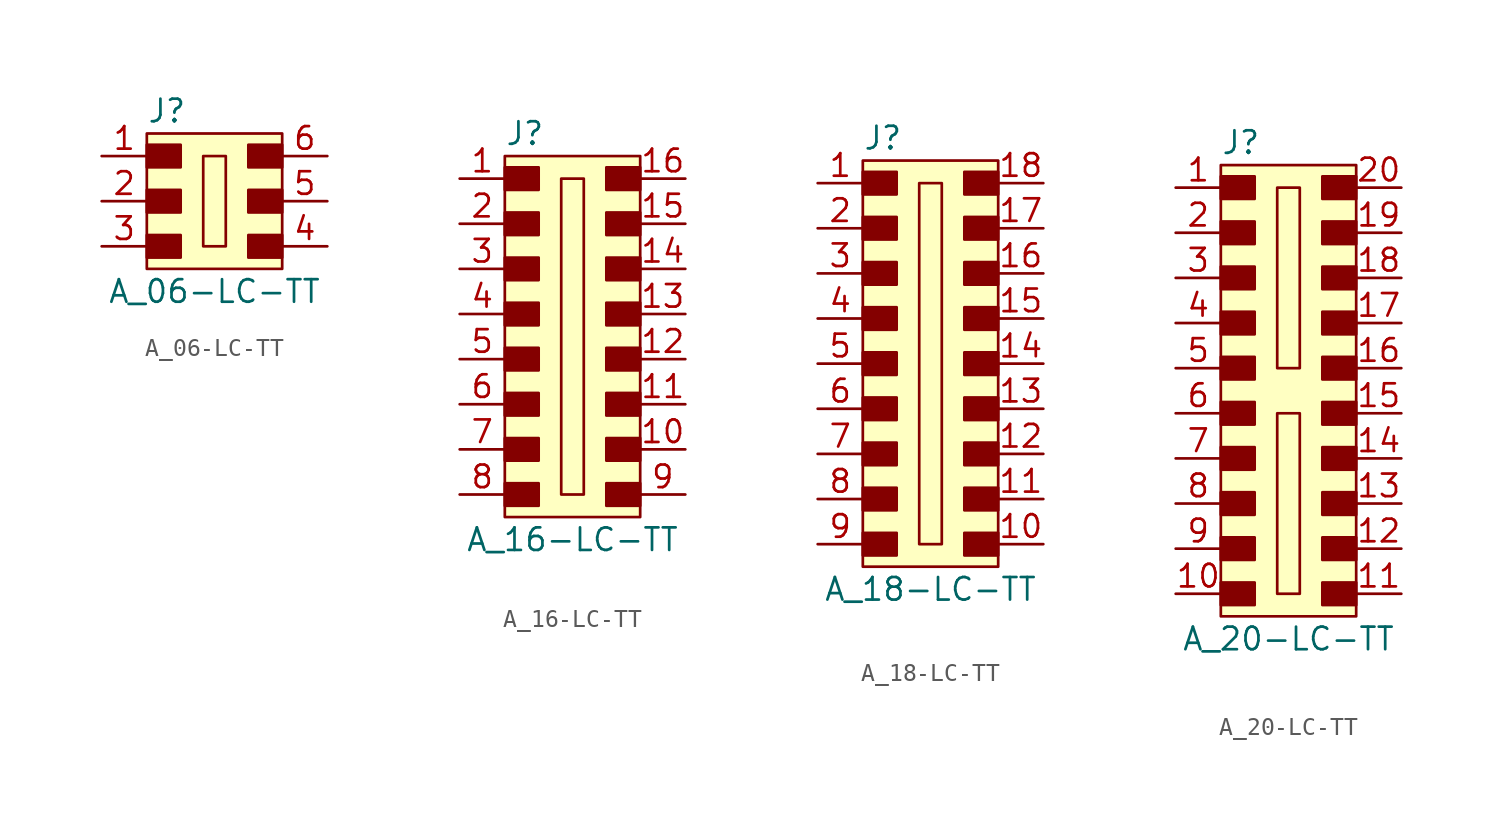
<source format=kicad_sym>
(kicad_symbol_lib
  (version 20211014)
  (generator kicad_symbol_editor)
  (symbol "A_06-LC-TT"
    (pin_names
      (offset 1.016))
    (property "Reference" "J"
      (at -3.81 5.08 0)
      (effects (font (size 1.27 1.27)) (justify left)))
    (property "Value" "A_06-LC-TT"
      (at 0 -5.08 0)
      (effects (font (size 1.27 1.27))))
    (symbol "A_06-LC-TT_1_1"
      (rectangle (start -3.81 -1.905) (end -1.905 -3.175) (stroke (width 0) (type default) (color 0 0 0 0)) (fill (type outline)))
      (rectangle (start -3.81 0.635) (end -1.905 -0.635) (stroke (width 0) (type default) (color 0 0 0 0)) (fill (type outline)))
      (rectangle (start -3.81 3.175) (end -1.905 1.905) (stroke (width 0) (type default) (color 0 0 0 0)) (fill (type outline)))
      (rectangle (start -3.81 3.81) (end 3.81 -3.81) (stroke (width 0) (type default) (color 0 0 0 0)) (fill (type background)))
      (rectangle (start -0.635 2.54) (end 0.635 -2.54) (stroke (width 0) (type default) (color 0 0 0 0)) (fill (type none)))
      (rectangle (start 1.905 -1.905) (end 3.81 -3.175) (stroke (width 0) (type default) (color 0 0 0 0)) (fill (type outline)))
      (rectangle (start 1.905 0.635) (end 3.81 -0.635) (stroke (width 0) (type default) (color 0 0 0 0)) (fill (type outline)))
      (rectangle (start 1.905 3.175) (end 3.81 1.905) (stroke (width 0) (type default) (color 0 0 0 0)) (fill (type outline)))
      (pin passive line (at -6.35 2.54 0) (length 2.54) (name "~" (effects (font (size 1.27 1.27)))) (number "1" (effects (font (size 1.27 1.27)))))
      (pin passive line (at -6.35 0 0) (length 2.54) (name "~" (effects (font (size 1.27 1.27)))) (number "2" (effects (font (size 1.27 1.27)))))
      (pin passive line (at -6.35 -2.54 0) (length 2.54) (name "~" (effects (font (size 1.27 1.27)))) (number "3" (effects (font (size 1.27 1.27)))))
      (pin passive line (at 6.35 -2.54 180) (length 2.54) (name "~" (effects (font (size 1.27 1.27)))) (number "4" (effects (font (size 1.27 1.27)))))
      (pin passive line (at 6.35 0 180) (length 2.54) (name "~" (effects (font (size 1.27 1.27)))) (number "5" (effects (font (size 1.27 1.27)))))
      (pin passive line (at 6.35 2.54 180) (length 2.54) (name "~" (effects (font (size 1.27 1.27)))) (number "6" (effects (font (size 1.27 1.27)))))))
  (symbol "A_16-LC-TT"
    (pin_names
      (offset 1.016))
    (property "Reference" "J"
      (at -3.81 11.43 0)
      (effects (font (size 1.27 1.27)) (justify left)))
    (property "Value" "A_16-LC-TT"
      (at 0 -11.43 0)
      (effects (font (size 1.27 1.27))))
    (symbol "A_16-LC-TT_1_1"
      (rectangle (start -3.81 -8.255) (end -1.905 -9.525) (stroke (width 0) (type default) (color 0 0 0 0)) (fill (type outline)))
      (rectangle (start -3.81 -5.715) (end -1.905 -6.985) (stroke (width 0) (type default) (color 0 0 0 0)) (fill (type outline)))
      (rectangle (start -3.81 -3.175) (end -1.905 -4.445) (stroke (width 0) (type default) (color 0 0 0 0)) (fill (type outline)))
      (rectangle (start -3.81 -0.635) (end -1.905 -1.905) (stroke (width 0) (type default) (color 0 0 0 0)) (fill (type outline)))
      (rectangle (start -3.81 1.905) (end -1.905 0.635) (stroke (width 0) (type default) (color 0 0 0 0)) (fill (type outline)))
      (rectangle (start -3.81 4.445) (end -1.905 3.175) (stroke (width 0) (type default) (color 0 0 0 0)) (fill (type outline)))
      (rectangle (start -3.81 6.985) (end -1.905 5.715) (stroke (width 0) (type default) (color 0 0 0 0)) (fill (type outline)))
      (rectangle (start -3.81 9.525) (end -1.905 8.255) (stroke (width 0) (type default) (color 0 0 0 0)) (fill (type outline)))
      (rectangle (start -3.81 10.16) (end 3.81 -10.16) (stroke (width 0) (type default) (color 0 0 0 0)) (fill (type background)))
      (rectangle (start -0.635 8.89) (end 0.635 -8.89) (stroke (width 0) (type default) (color 0 0 0 0)) (fill (type none)))
      (rectangle (start 1.905 -8.255) (end 3.81 -9.525) (stroke (width 0) (type default) (color 0 0 0 0)) (fill (type outline)))
      (rectangle (start 1.905 -5.715) (end 3.81 -6.985) (stroke (width 0) (type default) (color 0 0 0 0)) (fill (type outline)))
      (rectangle (start 1.905 -3.175) (end 3.81 -4.445) (stroke (width 0) (type default) (color 0 0 0 0)) (fill (type outline)))
      (rectangle (start 1.905 -0.635) (end 3.81 -1.905) (stroke (width 0) (type default) (color 0 0 0 0)) (fill (type outline)))
      (rectangle (start 1.905 1.905) (end 3.81 0.635) (stroke (width 0) (type default) (color 0 0 0 0)) (fill (type outline)))
      (rectangle (start 1.905 4.445) (end 3.81 3.175) (stroke (width 0) (type default) (color 0 0 0 0)) (fill (type outline)))
      (rectangle (start 1.905 6.985) (end 3.81 5.715) (stroke (width 0) (type default) (color 0 0 0 0)) (fill (type outline)))
      (rectangle (start 1.905 9.525) (end 3.81 8.255) (stroke (width 0) (type default) (color 0 0 0 0)) (fill (type outline)))
      (pin passive line (at -6.35 8.89 0) (length 2.54) (name "~" (effects (font (size 1.27 1.27)))) (number "1" (effects (font (size 1.27 1.27)))))
      (pin passive line (at 6.35 -6.35 180) (length 2.54) (name "~" (effects (font (size 1.27 1.27)))) (number "10" (effects (font (size 1.27 1.27)))))
      (pin passive line (at 6.35 -3.81 180) (length 2.54) (name "~" (effects (font (size 1.27 1.27)))) (number "11" (effects (font (size 1.27 1.27)))))
      (pin passive line (at 6.35 -1.27 180) (length 2.54) (name "~" (effects (font (size 1.27 1.27)))) (number "12" (effects (font (size 1.27 1.27)))))
      (pin passive line (at 6.35 1.27 180) (length 2.54) (name "~" (effects (font (size 1.27 1.27)))) (number "13" (effects (font (size 1.27 1.27)))))
      (pin passive line (at 6.35 3.81 180) (length 2.54) (name "~" (effects (font (size 1.27 1.27)))) (number "14" (effects (font (size 1.27 1.27)))))
      (pin passive line (at 6.35 6.35 180) (length 2.54) (name "~" (effects (font (size 1.27 1.27)))) (number "15" (effects (font (size 1.27 1.27)))))
      (pin passive line (at 6.35 8.89 180) (length 2.54) (name "~" (effects (font (size 1.27 1.27)))) (number "16" (effects (font (size 1.27 1.27)))))
      (pin passive line (at -6.35 6.35 0) (length 2.54) (name "~" (effects (font (size 1.27 1.27)))) (number "2" (effects (font (size 1.27 1.27)))))
      (pin passive line (at -6.35 3.81 0) (length 2.54) (name "~" (effects (font (size 1.27 1.27)))) (number "3" (effects (font (size 1.27 1.27)))))
      (pin passive line (at -6.35 1.27 0) (length 2.54) (name "~" (effects (font (size 1.27 1.27)))) (number "4" (effects (font (size 1.27 1.27)))))
      (pin passive line (at -6.35 -1.27 0) (length 2.54) (name "~" (effects (font (size 1.27 1.27)))) (number "5" (effects (font (size 1.27 1.27)))))
      (pin passive line (at -6.35 -3.81 0) (length 2.54) (name "~" (effects (font (size 1.27 1.27)))) (number "6" (effects (font (size 1.27 1.27)))))
      (pin passive line (at -6.35 -6.35 0) (length 2.54) (name "~" (effects (font (size 1.27 1.27)))) (number "7" (effects (font (size 1.27 1.27)))))
      (pin passive line (at -6.35 -8.89 0) (length 2.54) (name "~" (effects (font (size 1.27 1.27)))) (number "8" (effects (font (size 1.27 1.27)))))
      (pin passive line (at 6.35 -8.89 180) (length 2.54) (name "~" (effects (font (size 1.27 1.27)))) (number "9" (effects (font (size 1.27 1.27)))))))
  (symbol "A_18-LC-TT"
    (pin_names
      (offset 1.016))
    (property "Reference" "J"
      (at -3.81 10.16 0)
      (effects (font (size 1.27 1.27)) (justify left)))
    (property "Value" "A_18-LC-TT"
      (at 0 -15.24 0)
      (effects (font (size 1.27 1.27))))
    (symbol "A_18-LC-TT_1_1"
      (rectangle (start -3.81 -12.065) (end -1.905 -13.335) (stroke (width 0) (type default) (color 0 0 0 0)) (fill (type outline)))
      (rectangle (start -3.81 -9.525) (end -1.905 -10.795) (stroke (width 0) (type default) (color 0 0 0 0)) (fill (type outline)))
      (rectangle (start -3.81 -6.985) (end -1.905 -8.255) (stroke (width 0) (type default) (color 0 0 0 0)) (fill (type outline)))
      (rectangle (start -3.81 -4.445) (end -1.905 -5.715) (stroke (width 0) (type default) (color 0 0 0 0)) (fill (type outline)))
      (rectangle (start -3.81 -1.905) (end -1.905 -3.175) (stroke (width 0) (type default) (color 0 0 0 0)) (fill (type outline)))
      (rectangle (start -3.81 0.635) (end -1.905 -0.635) (stroke (width 0) (type default) (color 0 0 0 0)) (fill (type outline)))
      (rectangle (start -3.81 3.175) (end -1.905 1.905) (stroke (width 0) (type default) (color 0 0 0 0)) (fill (type outline)))
      (rectangle (start -3.81 5.715) (end -1.905 4.445) (stroke (width 0) (type default) (color 0 0 0 0)) (fill (type outline)))
      (rectangle (start -3.81 8.255) (end -1.905 6.985) (stroke (width 0) (type default) (color 0 0 0 0)) (fill (type outline)))
      (rectangle (start -3.81 8.89) (end 3.81 -13.97) (stroke (width 0) (type default) (color 0 0 0 0)) (fill (type background)))
      (rectangle (start -0.635 7.62) (end 0.635 -12.7) (stroke (width 0) (type default) (color 0 0 0 0)) (fill (type none)))
      (rectangle (start 1.905 -12.065) (end 3.81 -13.335) (stroke (width 0) (type default) (color 0 0 0 0)) (fill (type outline)))
      (rectangle (start 1.905 -9.525) (end 3.81 -10.795) (stroke (width 0) (type default) (color 0 0 0 0)) (fill (type outline)))
      (rectangle (start 1.905 -6.985) (end 3.81 -8.255) (stroke (width 0) (type default) (color 0 0 0 0)) (fill (type outline)))
      (rectangle (start 1.905 -4.445) (end 3.81 -5.715) (stroke (width 0) (type default) (color 0 0 0 0)) (fill (type outline)))
      (rectangle (start 1.905 -1.905) (end 3.81 -3.175) (stroke (width 0) (type default) (color 0 0 0 0)) (fill (type outline)))
      (rectangle (start 1.905 0.635) (end 3.81 -0.635) (stroke (width 0) (type default) (color 0 0 0 0)) (fill (type outline)))
      (rectangle (start 1.905 3.175) (end 3.81 1.905) (stroke (width 0) (type default) (color 0 0 0 0)) (fill (type outline)))
      (rectangle (start 1.905 5.715) (end 3.81 4.445) (stroke (width 0) (type default) (color 0 0 0 0)) (fill (type outline)))
      (rectangle (start 1.905 8.255) (end 3.81 6.985) (stroke (width 0) (type default) (color 0 0 0 0)) (fill (type outline)))
      (pin passive line (at -6.35 7.62 0) (length 2.54) (name "~" (effects (font (size 1.27 1.27)))) (number "1" (effects (font (size 1.27 1.27)))))
      (pin passive line (at 6.35 -12.7 180) (length 2.54) (name "~" (effects (font (size 1.27 1.27)))) (number "10" (effects (font (size 1.27 1.27)))))
      (pin passive line (at 6.35 -10.16 180) (length 2.54) (name "~" (effects (font (size 1.27 1.27)))) (number "11" (effects (font (size 1.27 1.27)))))
      (pin passive line (at 6.35 -7.62 180) (length 2.54) (name "~" (effects (font (size 1.27 1.27)))) (number "12" (effects (font (size 1.27 1.27)))))
      (pin passive line (at 6.35 -5.08 180) (length 2.54) (name "~" (effects (font (size 1.27 1.27)))) (number "13" (effects (font (size 1.27 1.27)))))
      (pin passive line (at 6.35 -2.54 180) (length 2.54) (name "~" (effects (font (size 1.27 1.27)))) (number "14" (effects (font (size 1.27 1.27)))))
      (pin passive line (at 6.35 0 180) (length 2.54) (name "~" (effects (font (size 1.27 1.27)))) (number "15" (effects (font (size 1.27 1.27)))))
      (pin passive line (at 6.35 2.54 180) (length 2.54) (name "~" (effects (font (size 1.27 1.27)))) (number "16" (effects (font (size 1.27 1.27)))))
      (pin passive line (at 6.35 5.08 180) (length 2.54) (name "~" (effects (font (size 1.27 1.27)))) (number "17" (effects (font (size 1.27 1.27)))))
      (pin passive line (at 6.35 7.62 180) (length 2.54) (name "~" (effects (font (size 1.27 1.27)))) (number "18" (effects (font (size 1.27 1.27)))))
      (pin passive line (at -6.35 5.08 0) (length 2.54) (name "~" (effects (font (size 1.27 1.27)))) (number "2" (effects (font (size 1.27 1.27)))))
      (pin passive line (at -6.35 2.54 0) (length 2.54) (name "~" (effects (font (size 1.27 1.27)))) (number "3" (effects (font (size 1.27 1.27)))))
      (pin passive line (at -6.35 0 0) (length 2.54) (name "~" (effects (font (size 1.27 1.27)))) (number "4" (effects (font (size 1.27 1.27)))))
      (pin passive line (at -6.35 -2.54 0) (length 2.54) (name "~" (effects (font (size 1.27 1.27)))) (number "5" (effects (font (size 1.27 1.27)))))
      (pin passive line (at -6.35 -5.08 0) (length 2.54) (name "~" (effects (font (size 1.27 1.27)))) (number "6" (effects (font (size 1.27 1.27)))))
      (pin passive line (at -6.35 -7.62 0) (length 2.54) (name "~" (effects (font (size 1.27 1.27)))) (number "7" (effects (font (size 1.27 1.27)))))
      (pin passive line (at -6.35 -10.16 0) (length 2.54) (name "~" (effects (font (size 1.27 1.27)))) (number "8" (effects (font (size 1.27 1.27)))))
      (pin passive line (at -6.35 -12.7 0) (length 2.54) (name "~" (effects (font (size 1.27 1.27)))) (number "9" (effects (font (size 1.27 1.27)))))))
  (symbol "A_20-LC-TT"
    (pin_names
      (offset 1.016))
    (property "Reference" "J"
      (at -3.81 13.97 0)
      (effects (font (size 1.27 1.27)) (justify left)))
    (property "Value" "A_20-LC-TT"
      (at 0 -13.97 0)
      (effects (font (size 1.27 1.27))))
    (symbol "A_20-LC-TT_1_1"
      (rectangle (start -3.81 -10.795) (end -1.905 -12.065) (stroke (width 0) (type default) (color 0 0 0 0)) (fill (type outline)))
      (rectangle (start -3.81 -8.255) (end -1.905 -9.525) (stroke (width 0) (type default) (color 0 0 0 0)) (fill (type outline)))
      (rectangle (start -3.81 -5.715) (end -1.905 -6.985) (stroke (width 0) (type default) (color 0 0 0 0)) (fill (type outline)))
      (rectangle (start -3.81 -3.175) (end -1.905 -4.445) (stroke (width 0) (type default) (color 0 0 0 0)) (fill (type outline)))
      (rectangle (start -3.81 -0.635) (end -1.905 -1.905) (stroke (width 0) (type default) (color 0 0 0 0)) (fill (type outline)))
      (rectangle (start -3.81 1.905) (end -1.905 0.635) (stroke (width 0) (type default) (color 0 0 0 0)) (fill (type outline)))
      (rectangle (start -3.81 4.445) (end -1.905 3.175) (stroke (width 0) (type default) (color 0 0 0 0)) (fill (type outline)))
      (rectangle (start -3.81 6.985) (end -1.905 5.715) (stroke (width 0) (type default) (color 0 0 0 0)) (fill (type outline)))
      (rectangle (start -3.81 9.525) (end -1.905 8.255) (stroke (width 0) (type default) (color 0 0 0 0)) (fill (type outline)))
      (rectangle (start -3.81 12.065) (end -1.905 10.795) (stroke (width 0) (type default) (color 0 0 0 0)) (fill (type outline)))
      (rectangle (start -3.81 12.7) (end 3.81 -12.7) (stroke (width 0) (type default) (color 0 0 0 0)) (fill (type background)))
      (rectangle (start -0.635 -1.27) (end 0.635 -11.43) (stroke (width 0) (type default) (color 0 0 0 0)) (fill (type none)))
      (rectangle (start -0.635 11.43) (end 0.635 1.27) (stroke (width 0) (type default) (color 0 0 0 0)) (fill (type none)))
      (rectangle (start 1.905 -10.795) (end 3.81 -12.065) (stroke (width 0) (type default) (color 0 0 0 0)) (fill (type outline)))
      (rectangle (start 1.905 -8.255) (end 3.81 -9.525) (stroke (width 0) (type default) (color 0 0 0 0)) (fill (type outline)))
      (rectangle (start 1.905 -5.715) (end 3.81 -6.985) (stroke (width 0) (type default) (color 0 0 0 0)) (fill (type outline)))
      (rectangle (start 1.905 -3.175) (end 3.81 -4.445) (stroke (width 0) (type default) (color 0 0 0 0)) (fill (type outline)))
      (rectangle (start 1.905 -0.635) (end 3.81 -1.905) (stroke (width 0) (type default) (color 0 0 0 0)) (fill (type outline)))
      (rectangle (start 1.905 1.905) (end 3.81 0.635) (stroke (width 0) (type default) (color 0 0 0 0)) (fill (type outline)))
      (rectangle (start 1.905 4.445) (end 3.81 3.175) (stroke (width 0) (type default) (color 0 0 0 0)) (fill (type outline)))
      (rectangle (start 1.905 6.985) (end 3.81 5.715) (stroke (width 0) (type default) (color 0 0 0 0)) (fill (type outline)))
      (rectangle (start 1.905 9.525) (end 3.81 8.255) (stroke (width 0) (type default) (color 0 0 0 0)) (fill (type outline)))
      (rectangle (start 1.905 12.065) (end 3.81 10.795) (stroke (width 0) (type default) (color 0 0 0 0)) (fill (type outline)))
      (pin passive line (at -6.35 11.43 0) (length 2.54) (name "~" (effects (font (size 1.27 1.27)))) (number "1" (effects (font (size 1.27 1.27)))))
      (pin passive line (at -6.35 -11.43 0) (length 2.54) (name "~" (effects (font (size 1.27 1.27)))) (number "10" (effects (font (size 1.27 1.27)))))
      (pin passive line (at 6.35 -11.43 180) (length 2.54) (name "~" (effects (font (size 1.27 1.27)))) (number "11" (effects (font (size 1.27 1.27)))))
      (pin passive line (at 6.35 -8.89 180) (length 2.54) (name "~" (effects (font (size 1.27 1.27)))) (number "12" (effects (font (size 1.27 1.27)))))
      (pin passive line (at 6.35 -6.35 180) (length 2.54) (name "~" (effects (font (size 1.27 1.27)))) (number "13" (effects (font (size 1.27 1.27)))))
      (pin passive line (at 6.35 -3.81 180) (length 2.54) (name "~" (effects (font (size 1.27 1.27)))) (number "14" (effects (font (size 1.27 1.27)))))
      (pin passive line (at 6.35 -1.27 180) (length 2.54) (name "~" (effects (font (size 1.27 1.27)))) (number "15" (effects (font (size 1.27 1.27)))))
      (pin passive line (at 6.35 1.27 180) (length 2.54) (name "~" (effects (font (size 1.27 1.27)))) (number "16" (effects (font (size 1.27 1.27)))))
      (pin passive line (at 6.35 3.81 180) (length 2.54) (name "~" (effects (font (size 1.27 1.27)))) (number "17" (effects (font (size 1.27 1.27)))))
      (pin passive line (at 6.35 6.35 180) (length 2.54) (name "~" (effects (font (size 1.27 1.27)))) (number "18" (effects (font (size 1.27 1.27)))))
      (pin passive line (at 6.35 8.89 180) (length 2.54) (name "~" (effects (font (size 1.27 1.27)))) (number "19" (effects (font (size 1.27 1.27)))))
      (pin passive line (at -6.35 8.89 0) (length 2.54) (name "~" (effects (font (size 1.27 1.27)))) (number "2" (effects (font (size 1.27 1.27)))))
      (pin passive line (at 6.35 11.43 180) (length 2.54) (name "~" (effects (font (size 1.27 1.27)))) (number "20" (effects (font (size 1.27 1.27)))))
      (pin passive line (at -6.35 6.35 0) (length 2.54) (name "~" (effects (font (size 1.27 1.27)))) (number "3" (effects (font (size 1.27 1.27)))))
      (pin passive line (at -6.35 3.81 0) (length 2.54) (name "~" (effects (font (size 1.27 1.27)))) (number "4" (effects (font (size 1.27 1.27)))))
      (pin passive line (at -6.35 1.27 0) (length 2.54) (name "~" (effects (font (size 1.27 1.27)))) (number "5" (effects (font (size 1.27 1.27)))))
      (pin passive line (at -6.35 -1.27 0) (length 2.54) (name "~" (effects (font (size 1.27 1.27)))) (number "6" (effects (font (size 1.27 1.27)))))
      (pin passive line (at -6.35 -3.81 0) (length 2.54) (name "~" (effects (font (size 1.27 1.27)))) (number "7" (effects (font (size 1.27 1.27)))))
      (pin passive line (at -6.35 -6.35 0) (length 2.54) (name "~" (effects (font (size 1.27 1.27)))) (number "8" (effects (font (size 1.27 1.27)))))
      (pin passive line (at -6.35 -8.89 0) (length 2.54) (name "~" (effects (font (size 1.27 1.27)))) (number "9" (effects (font (size 1.27 1.27))))))))
</source>
